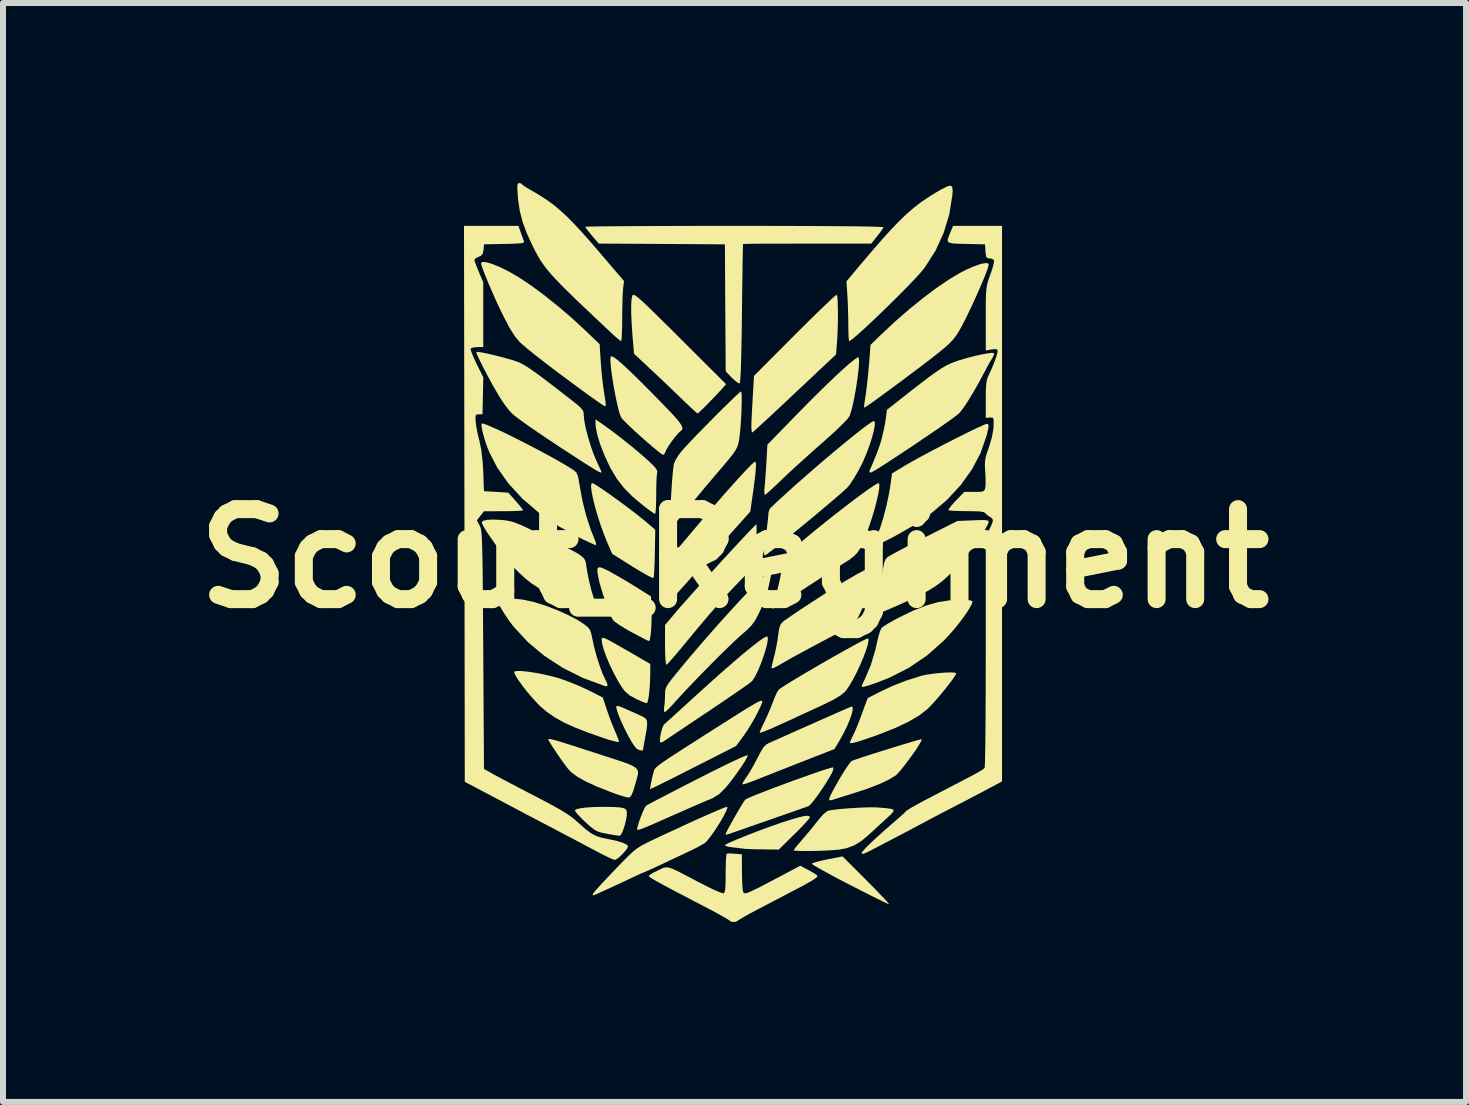
<source format=kicad_pcb>
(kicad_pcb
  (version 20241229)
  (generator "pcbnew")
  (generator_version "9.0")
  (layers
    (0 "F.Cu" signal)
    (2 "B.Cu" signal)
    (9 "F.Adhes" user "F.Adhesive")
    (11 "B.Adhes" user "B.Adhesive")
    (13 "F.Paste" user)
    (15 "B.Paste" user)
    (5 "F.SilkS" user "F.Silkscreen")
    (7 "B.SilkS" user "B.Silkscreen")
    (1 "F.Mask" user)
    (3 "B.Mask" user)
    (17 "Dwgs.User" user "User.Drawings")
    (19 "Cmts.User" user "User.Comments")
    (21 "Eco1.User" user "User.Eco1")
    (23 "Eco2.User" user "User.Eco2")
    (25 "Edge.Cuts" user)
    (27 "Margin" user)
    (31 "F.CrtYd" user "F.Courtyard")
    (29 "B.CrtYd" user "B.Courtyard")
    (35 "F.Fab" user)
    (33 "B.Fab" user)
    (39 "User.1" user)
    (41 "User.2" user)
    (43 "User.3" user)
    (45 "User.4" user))
  (footprint "Scout_Regiment"
    (layer "F.Cu")
    (at 9.193 6.258)
    (property "Reference" "Scout_Regiment" (at 0 0 0) (layer "F.SilkS") (effects (font (size 1.5 1.5) (thickness 0.3))))
    (attr board_only exclude_from_pos_files exclude_from_bom)
    (fp_poly (pts (xy 2.2 5.366) (xy 2.312 5.479) (xy 2.41 5.58) (xy 2.489 5.663) (xy 2.545 5.724) (xy 2.573 5.759) (xy 2.574 5.764) (xy 2.547 5.753) (xy 2.482 5.722) (xy 2.384 5.674) (xy 2.259 5.612) (xy 2.114 5.539) (xy 1.954 5.457) (xy 1.916 5.438) (xy 1.755 5.354) (xy 1.609 5.276) (xy 1.484 5.208) (xy 1.386 5.153) (xy 1.319 5.113) (xy 1.29 5.091) (xy 1.289 5.089) (xy 1.315 5.074) (xy 1.379 5.055) (xy 1.47 5.032) (xy 1.549 5.016) (xy 1.801 4.967)) (stroke (width 0) (type solid)) (fill yes) (layer "F.SilkS"))
    (fp_poly (pts (xy -2.17 1.328) (xy -2.128 1.346) (xy -2.064 1.38) (xy -1.972 1.431) (xy -1.847 1.503) (xy -1.706 1.584) (xy -1.404 1.759) (xy -1.404 1.898) (xy -1.407 2.029) (xy -1.414 2.154) (xy -1.425 2.264) (xy -1.438 2.35) (xy -1.453 2.402) (xy -1.463 2.413) (xy -1.498 2.403) (xy -1.563 2.377) (xy -1.641 2.342) (xy -1.751 2.281) (xy -1.83 2.211) (xy -1.867 2.163) (xy -1.939 2.049) (xy -2.009 1.919) (xy -2.076 1.782) (xy -2.133 1.647) (xy -2.178 1.525) (xy -2.206 1.423) (xy -2.214 1.353) (xy -2.213 1.342) (xy -2.208 1.329) (xy -2.195 1.323)) (stroke (width 0) (type solid)) (fill yes) (layer "F.SilkS"))
    (fp_poly (pts (xy -1.933 2.462) (xy -1.887 2.478) (xy -1.815 2.508) (xy -1.71 2.555) (xy -1.571 2.617) (xy -1.515 2.644) (xy -1.478 2.671) (xy -1.459 2.709) (xy -1.456 2.765) (xy -1.465 2.851) (xy -1.487 2.974) (xy -1.49 2.993) (xy -1.507 3.085) (xy -1.519 3.156) (xy -1.526 3.193) (xy -1.527 3.197) (xy -1.547 3.204) (xy -1.589 3.194) (xy -1.63 3.172) (xy -1.63 3.172) (xy -1.671 3.125) (xy -1.723 3.043) (xy -1.781 2.939) (xy -1.84 2.822) (xy -1.894 2.705) (xy -1.937 2.6) (xy -1.964 2.516) (xy -1.971 2.476) (xy -1.969 2.463) (xy -1.958 2.458)) (stroke (width 0) (type solid)) (fill yes) (layer "F.SilkS"))
    (fp_poly (pts (xy 1.253 4.303) (xy 1.256 4.315) (xy 1.24 4.341) (xy 1.194 4.395) (xy 1.125 4.469) (xy 1.039 4.557) (xy 0.997 4.598) (xy 0.738 4.853) (xy 0.474 4.85) (xy 0.36 4.848) (xy 0.26 4.845) (xy 0.188 4.842) (xy 0.16 4.839) (xy 0.109 4.832) (xy 0.029 4.823) (xy -0.031 4.816) (xy -0.105 4.805) (xy -0.151 4.791) (xy -0.161 4.78) (xy -0.132 4.761) (xy -0.063 4.728) (xy 0.036 4.685) (xy 0.159 4.635) (xy 0.299 4.58) (xy 0.447 4.523) (xy 0.596 4.469) (xy 0.739 4.419) (xy 0.797 4.399) (xy 0.963 4.346) (xy 1.087 4.311) (xy 1.174 4.292) (xy 1.228 4.29)) (stroke (width 0) (type solid)) (fill yes) (layer "F.SilkS"))
    (fp_poly (pts (xy -2.34 -1.242) (xy -2.275 -1.202) (xy -2.185 -1.142) (xy -2.076 -1.066) (xy -1.956 -0.979) (xy -1.83 -0.887) (xy -1.707 -0.794) (xy -1.592 -0.705) (xy -1.492 -0.624) (xy -1.43 -0.572) (xy -1.321 -0.477) (xy -1.328 -0.084) (xy -1.331 0.05) (xy -1.336 0.167) (xy -1.341 0.258) (xy -1.348 0.313) (xy -1.352 0.326) (xy -1.377 0.32) (xy -1.437 0.291) (xy -1.523 0.243) (xy -1.629 0.18) (xy -1.704 0.134) (xy -2.039 -0.077) (xy -2.116 -0.254) (xy -2.175 -0.4) (xy -2.231 -0.554) (xy -2.281 -0.708) (xy -2.324 -0.855) (xy -2.357 -0.989) (xy -2.38 -1.103) (xy -2.391 -1.19) (xy -2.387 -1.243) (xy -2.373 -1.256)) (stroke (width 0) (type solid)) (fill yes) (layer "F.SilkS"))
    (fp_poly (pts (xy -2.134 4.141) (xy -1.996 4.144) (xy -1.9 4.151) (xy -1.84 4.165) (xy -1.806 4.188) (xy -1.794 4.224) (xy -1.795 4.275) (xy -1.795 4.275) (xy -1.807 4.356) (xy -1.829 4.445) (xy -1.856 4.528) (xy -1.884 4.591) (xy -1.908 4.621) (xy -1.909 4.621) (xy -1.944 4.619) (xy -2.013 4.61) (xy -2.103 4.594) (xy -2.124 4.59) (xy -2.216 4.571) (xy -2.283 4.55) (xy -2.34 4.519) (xy -2.403 4.469) (xy -2.487 4.394) (xy -2.488 4.393) (xy -2.562 4.321) (xy -2.621 4.258) (xy -2.655 4.215) (xy -2.661 4.202) (xy -2.637 4.181) (xy -2.57 4.164) (xy -2.465 4.151) (xy -2.327 4.143) (xy -2.162 4.141)) (stroke (width 0) (type solid)) (fill yes) (layer "F.SilkS"))
    (fp_poly (pts (xy -2.215 0.154) (xy -2.133 0.192) (xy -2.063 0.229) (xy -1.951 0.292) (xy -1.818 0.369) (xy -1.686 0.449) (xy -1.626 0.486) (xy -1.392 0.634) (xy -1.384 0.853) (xy -1.382 0.975) (xy -1.385 1.096) (xy -1.391 1.207) (xy -1.401 1.297) (xy -1.412 1.358) (xy -1.425 1.378) (xy -1.452 1.367) (xy -1.513 1.336) (xy -1.6 1.291) (xy -1.703 1.236) (xy -1.712 1.232) (xy -1.82 1.171) (xy -1.915 1.112) (xy -1.986 1.063) (xy -2.023 1.03) (xy -2.023 1.03) (xy -2.052 0.976) (xy -2.09 0.887) (xy -2.133 0.774) (xy -2.176 0.648) (xy -2.216 0.523) (xy -2.249 0.408) (xy -2.266 0.337) (xy -2.284 0.236) (xy -2.285 0.173) (xy -2.264 0.147)) (stroke (width 0) (type solid)) (fill yes) (layer "F.SilkS"))
    (fp_poly (pts (xy -2.15 -2.202) (xy -2.016 -2.104) (xy -1.864 -1.987) (xy -1.707 -1.861) (xy -1.559 -1.737) (xy -1.435 -1.627) (xy -1.408 -1.602) (xy -1.337 -1.532) (xy -1.299 -1.482) (xy -1.287 -1.443) (xy -1.29 -1.423) (xy -1.296 -1.377) (xy -1.301 -1.295) (xy -1.304 -1.185) (xy -1.305 -1.062) (xy -1.305 -1.053) (xy -1.307 -0.935) (xy -1.311 -0.838) (xy -1.316 -0.77) (xy -1.323 -0.741) (xy -1.324 -0.741) (xy -1.351 -0.756) (xy -1.406 -0.794) (xy -1.48 -0.849) (xy -1.515 -0.876) (xy -1.697 -1.028) (xy -1.843 -1.175) (xy -1.962 -1.329) (xy -2.066 -1.503) (xy -2.093 -1.557) (xy -2.174 -1.735) (xy -2.24 -1.905) (xy -2.287 -2.059) (xy -2.312 -2.186) (xy -2.316 -2.237) (xy -2.316 -2.318)) (stroke (width 0) (type solid)) (fill yes) (layer "F.SilkS"))
    (fp_poly (pts (xy 1.713 -4.366) (xy 1.719 -4.297) (xy 1.722 -4.197) (xy 1.724 -4.076) (xy 1.723 -3.942) (xy 1.719 -3.806) (xy 1.713 -3.675) (xy 1.708 -3.604) (xy 1.693 -3.401) (xy 1.005 -2.754) (xy 0.851 -2.609) (xy 0.708 -2.475) (xy 0.58 -2.356) (xy 0.47 -2.255) (xy 0.384 -2.176) (xy 0.325 -2.123) (xy 0.296 -2.099) (xy 0.295 -2.098) (xy 0.286 -2.118) (xy 0.281 -2.179) (xy 0.282 -2.274) (xy 0.285 -2.332) (xy 0.292 -2.474) (xy 0.301 -2.634) (xy 0.309 -2.78) (xy 0.311 -2.809) (xy 0.325 -3.043) (xy 1.004 -3.725) (xy 1.155 -3.875) (xy 1.295 -4.013) (xy 1.42 -4.136) (xy 1.528 -4.239) (xy 1.613 -4.319) (xy 1.672 -4.372) (xy 1.702 -4.394) (xy 1.704 -4.395)) (stroke (width 0) (type solid)) (fill yes) (layer "F.SilkS"))
    (fp_poly (pts (xy -3.745 0.667) (xy -3.637 0.674) (xy -3.53 0.687) (xy -3.509 0.69) (xy -3.342 0.727) (xy -3.154 0.786) (xy -2.96 0.86) (xy -2.774 0.943) (xy -2.609 1.03) (xy -2.499 1.102) (xy -2.444 1.147) (xy -2.41 1.191) (xy -2.388 1.252) (xy -2.369 1.341) (xy -2.337 1.487) (xy -2.295 1.643) (xy -2.246 1.794) (xy -2.197 1.925) (xy -2.155 2.014) (xy -2.121 2.086) (xy -2.117 2.124) (xy -2.144 2.131) (xy -2.168 2.125) (xy -2.525 1.993) (xy -2.861 1.825) (xy -3.168 1.625) (xy -3.443 1.396) (xy -3.678 1.142) (xy -3.693 1.124) (xy -3.765 1.028) (xy -3.832 0.928) (xy -3.889 0.835) (xy -3.93 0.757) (xy -3.951 0.702) (xy -3.95 0.682) (xy -3.914 0.671) (xy -3.841 0.666)) (stroke (width 0) (type solid)) (fill yes) (layer "F.SilkS"))
    (fp_poly (pts (xy 0.355 -1.594) (xy 0.358 -1.549) (xy 0.354 -1.474) (xy 0.343 -1.363) (xy 0.324 -1.213) (xy 0.303 -1.061) (xy 0.263 -0.78) (xy -0.158 -0.311) (xy -0.288 -0.166) (xy -0.422 -0.017) (xy -0.551 0.127) (xy -0.667 0.257) (xy -0.762 0.364) (xy -0.801 0.408) (xy -0.908 0.528) (xy -0.987 0.614) (xy -1.042 0.666) (xy -1.077 0.688) (xy -1.097 0.682) (xy -1.105 0.649) (xy -1.107 0.592) (xy -1.106 0.561) (xy -1.103 0.458) (xy -1.097 0.333) (xy -1.089 0.209) (xy -1.088 0.197) (xy -1.072 -0.012) (xy -0.875 -0.246) (xy -0.678 -0.48) (xy -0.492 -0.699) (xy -0.318 -0.901) (xy -0.159 -1.084) (xy -0.017 -1.244) (xy 0.105 -1.378) (xy 0.204 -1.485) (xy 0.279 -1.561) (xy 0.328 -1.605) (xy 0.345 -1.613)) (stroke (width 0) (type solid)) (fill yes) (layer "F.SilkS"))
    (fp_poly (pts (xy -1.659 -4.385) (xy -1.627 -4.363) (xy -1.583 -4.327) (xy -1.523 -4.273) (xy -1.444 -4.198) (xy -1.344 -4.101) (xy -1.219 -3.978) (xy -1.066 -3.828) (xy -0.884 -3.646) (xy -0.742 -3.504) (xy -0.141 -2.905) (xy -0.199 -2.838) (xy -0.254 -2.777) (xy -0.324 -2.703) (xy -0.4 -2.624) (xy -0.475 -2.547) (xy -0.542 -2.481) (xy -0.591 -2.435) (xy -0.615 -2.415) (xy -0.615 -2.415) (xy -0.637 -2.432) (xy -0.687 -2.477) (xy -0.759 -2.544) (xy -0.846 -2.627) (xy -0.888 -2.668) (xy -1.012 -2.787) (xy -1.154 -2.923) (xy -1.296 -3.057) (xy -1.412 -3.166) (xy -1.675 -3.412) (xy -1.7 -3.708) (xy -1.714 -3.912) (xy -1.722 -4.087) (xy -1.722 -4.226) (xy -1.716 -4.325) (xy -1.703 -4.381) (xy -1.701 -4.384) (xy -1.692 -4.393) (xy -1.679 -4.394)) (stroke (width 0) (type solid)) (fill yes) (layer "F.SilkS"))
    (fp_poly (pts (xy 3.866 0.692) (xy 3.934 0.7) (xy 3.964 0.713) (xy 3.966 0.721) (xy 3.951 0.77) (xy 3.908 0.847) (xy 3.843 0.944) (xy 3.763 1.053) (xy 3.673 1.166) (xy 3.579 1.274) (xy 3.489 1.369) (xy 3.21 1.617) (xy 2.91 1.821) (xy 2.584 1.987) (xy 2.373 2.07) (xy 2.259 2.109) (xy 2.184 2.132) (xy 2.141 2.142) (xy 2.122 2.138) (xy 2.119 2.13) (xy 2.129 2.103) (xy 2.155 2.046) (xy 2.177 2.001) (xy 2.271 1.779) (xy 2.348 1.524) (xy 2.377 1.392) (xy 2.4 1.295) (xy 2.426 1.213) (xy 2.449 1.162) (xy 2.453 1.156) (xy 2.489 1.129) (xy 2.558 1.086) (xy 2.65 1.034) (xy 2.729 0.991) (xy 2.974 0.872) (xy 3.194 0.785) (xy 3.397 0.728) (xy 3.595 0.697) (xy 3.754 0.69)) (stroke (width 0) (type solid)) (fill yes) (layer "F.SilkS"))
    (fp_poly (pts (xy -4.186 -2.246) (xy -4.12 -2.223) (xy -4.022 -2.181) (xy -3.9 -2.125) (xy -3.758 -2.057) (xy -3.602 -1.979) (xy -3.439 -1.896) (xy -3.275 -1.81) (xy -3.114 -1.724) (xy -2.964 -1.641) (xy -2.829 -1.563) (xy -2.719 -1.496) (xy -2.665 -1.46) (xy -2.632 -1.425) (xy -2.612 -1.377) (xy -2.596 -1.302) (xy -2.588 -1.252) (xy -2.536 -0.965) (xy -2.472 -0.711) (xy -2.393 -0.471) (xy -2.33 -0.314) (xy -2.31 -0.257) (xy -2.308 -0.225) (xy -2.312 -0.222) (xy -2.341 -0.232) (xy -2.404 -0.26) (xy -2.492 -0.301) (xy -2.577 -0.342) (xy -2.936 -0.539) (xy -3.255 -0.756) (xy -3.532 -0.993) (xy -3.767 -1.247) (xy -3.957 -1.517) (xy -4.089 -1.774) (xy -4.128 -1.875) (xy -4.164 -1.982) (xy -4.193 -2.085) (xy -4.212 -2.171) (xy -4.219 -2.23) (xy -4.214 -2.249)) (stroke (width 0) (type solid)) (fill yes) (layer "F.SilkS"))
    (fp_poly (pts (xy -3.554 1.877) (xy -3.449 1.887) (xy -3.324 1.906) (xy -3.19 1.931) (xy -3.055 1.962) (xy -2.93 1.996) (xy -2.897 2.007) (xy -2.759 2.057) (xy -2.606 2.119) (xy -2.465 2.182) (xy -2.422 2.203) (xy -2.196 2.318) (xy -2.129 2.52) (xy -2.087 2.639) (xy -2.039 2.765) (xy -1.995 2.872) (xy -1.991 2.88) (xy -1.957 2.961) (xy -1.934 3.025) (xy -1.927 3.057) (xy -1.927 3.058) (xy -1.952 3.059) (xy -2.013 3.045) (xy -2.101 3.021) (xy -2.186 2.993) (xy -2.445 2.902) (xy -2.662 2.817) (xy -2.844 2.734) (xy -2.996 2.649) (xy -3.125 2.56) (xy -3.238 2.464) (xy -3.28 2.422) (xy -3.372 2.322) (xy -3.461 2.218) (xy -3.54 2.116) (xy -3.605 2.025) (xy -3.651 1.951) (xy -3.672 1.902) (xy -3.67 1.887) (xy -3.631 1.876)) (stroke (width 0) (type solid)) (fill yes) (layer "F.SilkS"))
    (fp_poly (pts (xy 3.114 3.04) (xy 3.083 3.096) (xy 3.034 3.174) (xy 2.971 3.265) (xy 2.901 3.361) (xy 2.831 3.453) (xy 2.766 3.534) (xy 2.712 3.594) (xy 2.682 3.621) (xy 2.563 3.692) (xy 2.398 3.768) (xy 2.19 3.847) (xy 1.946 3.926) (xy 1.832 3.961) (xy 1.732 3.992) (xy 1.657 4.016) (xy 1.62 4.029) (xy 1.583 4.031) (xy 1.577 4.015) (xy 1.589 3.974) (xy 1.623 3.903) (xy 1.672 3.812) (xy 1.73 3.709) (xy 1.792 3.605) (xy 1.852 3.51) (xy 1.904 3.434) (xy 1.943 3.385) (xy 1.957 3.374) (xy 2.011 3.354) (xy 2.099 3.324) (xy 2.212 3.287) (xy 2.343 3.245) (xy 2.485 3.201) (xy 2.629 3.156) (xy 2.768 3.113) (xy 2.894 3.075) (xy 2.999 3.044) (xy 3.075 3.023) (xy 3.116 3.013) (xy 3.12 3.013)) (stroke (width 0) (type solid)) (fill yes) (layer "F.SilkS"))
    (fp_poly (pts (xy -3.056 3.014) (xy -3.006 3.026) (xy -2.932 3.047) (xy -2.828 3.079) (xy -2.692 3.122) (xy -2.517 3.179) (xy -2.325 3.241) (xy -2.117 3.308) (xy -1.952 3.362) (xy -1.824 3.405) (xy -1.73 3.442) (xy -1.666 3.476) (xy -1.627 3.51) (xy -1.609 3.548) (xy -1.609 3.593) (xy -1.621 3.648) (xy -1.641 3.717) (xy -1.66 3.782) (xy -1.691 3.884) (xy -1.718 3.947) (xy -1.743 3.977) (xy -1.763 3.985) (xy -1.805 3.979) (xy -1.88 3.958) (xy -1.979 3.925) (xy -2.069 3.892) (xy -2.296 3.802) (xy -2.477 3.719) (xy -2.616 3.641) (xy -2.718 3.567) (xy -2.771 3.512) (xy -2.815 3.455) (xy -2.872 3.377) (xy -2.933 3.288) (xy -2.994 3.198) (xy -3.047 3.117) (xy -3.086 3.055) (xy -3.104 3.021) (xy -3.104 3.019) (xy -3.1 3.011) (xy -3.086 3.009)) (stroke (width 0) (type solid)) (fill yes) (layer "F.SilkS"))
    (fp_poly (pts (xy 2.402 4.152) (xy 2.529 4.163) (xy 2.611 4.174) (xy 2.65 4.189) (xy 2.65 4.216) (xy 2.615 4.258) (xy 2.548 4.321) (xy 2.524 4.343) (xy 2.432 4.428) (xy 2.338 4.514) (xy 2.259 4.587) (xy 2.244 4.601) (xy 2.113 4.711) (xy 1.99 4.785) (xy 1.86 4.832) (xy 1.744 4.853) (xy 1.66 4.861) (xy 1.553 4.868) (xy 1.433 4.873) (xy 1.311 4.876) (xy 1.195 4.877) (xy 1.096 4.876) (xy 1.024 4.873) (xy 0.988 4.867) (xy 0.985 4.865) (xy 1.001 4.841) (xy 1.041 4.79) (xy 1.101 4.72) (xy 1.14 4.674) (xy 1.224 4.575) (xy 1.311 4.47) (xy 1.384 4.377) (xy 1.401 4.356) (xy 1.48 4.264) (xy 1.547 4.211) (xy 1.572 4.202) (xy 1.664 4.188) (xy 1.79 4.174) (xy 1.936 4.163) (xy 2.087 4.154) (xy 2.229 4.149) (xy 2.346 4.149)) (stroke (width 0) (type solid)) (fill yes) (layer "F.SilkS"))
    (fp_poly (pts (xy 4.225 -2.238) (xy 4.235 -2.219) (xy 4.231 -2.176) (xy 4.215 -2.1) (xy 4.198 -2.036) (xy 4.101 -1.756) (xy 3.957 -1.483) (xy 3.77 -1.223) (xy 3.543 -0.977) (xy 3.277 -0.751) (xy 3.104 -0.628) (xy 2.984 -0.551) (xy 2.856 -0.475) (xy 2.728 -0.402) (xy 2.606 -0.336) (xy 2.497 -0.281) (xy 2.408 -0.24) (xy 2.346 -0.217) (xy 2.317 -0.216) (xy 2.316 -0.219) (xy 2.325 -0.251) (xy 2.349 -0.314) (xy 2.376 -0.376) (xy 2.429 -0.514) (xy 2.482 -0.684) (xy 2.531 -0.872) (xy 2.571 -1.06) (xy 2.595 -1.198) (xy 2.626 -1.417) (xy 2.859 -1.558) (xy 2.946 -1.608) (xy 3.059 -1.671) (xy 3.193 -1.743) (xy 3.34 -1.821) (xy 3.494 -1.901) (xy 3.648 -1.98) (xy 3.796 -2.054) (xy 3.93 -2.121) (xy 4.045 -2.176) (xy 4.133 -2.216) (xy 4.188 -2.239) (xy 4.202 -2.242)) (stroke (width 0) (type solid)) (fill yes) (layer "F.SilkS"))
    (fp_poly (pts (xy 3.63 -6.191) (xy 3.636 -6.128) (xy 3.632 -6.062) (xy 3.581 -5.739) (xy 3.486 -5.426) (xy 3.351 -5.13) (xy 3.179 -4.861) (xy 3.133 -4.801) (xy 3.073 -4.732) (xy 2.989 -4.641) (xy 2.886 -4.534) (xy 2.769 -4.415) (xy 2.643 -4.29) (xy 2.513 -4.162) (xy 2.384 -4.037) (xy 2.26 -3.92) (xy 2.148 -3.816) (xy 2.052 -3.73) (xy 1.977 -3.666) (xy 1.928 -3.629) (xy 1.913 -3.622) (xy 1.906 -3.644) (xy 1.901 -3.707) (xy 1.898 -3.798) (xy 1.897 -3.886) (xy 1.895 -4.03) (xy 1.891 -4.188) (xy 1.884 -4.334) (xy 1.881 -4.385) (xy 1.866 -4.619) (xy 2.083 -4.878) (xy 2.281 -5.111) (xy 2.453 -5.309) (xy 2.605 -5.477) (xy 2.742 -5.62) (xy 2.868 -5.741) (xy 2.988 -5.845) (xy 3.107 -5.937) (xy 3.231 -6.021) (xy 3.362 -6.102) (xy 3.459 -6.157) (xy 3.547 -6.201) (xy 3.602 -6.214)) (stroke (width 0) (type solid)) (fill yes) (layer "F.SilkS"))
    (fp_poly (pts (xy 0.462 2.376) (xy 0.46 2.405) (xy 0.435 2.466) (xy 0.394 2.551) (xy 0.342 2.651) (xy 0.282 2.756) (xy 0.22 2.857) (xy 0.16 2.945) (xy 0.149 2.961) (xy 0.027 3.126) (xy -0.619 3.454) (xy -0.787 3.539) (xy -0.943 3.618) (xy -1.082 3.688) (xy -1.198 3.745) (xy -1.283 3.788) (xy -1.332 3.811) (xy -1.338 3.814) (xy -1.41 3.846) (xy -1.393 3.752) (xy -1.374 3.66) (xy -1.35 3.568) (xy -1.35 3.567) (xy -1.344 3.546) (xy -1.338 3.527) (xy -1.327 3.508) (xy -1.31 3.487) (xy -1.282 3.462) (xy -1.239 3.429) (xy -1.179 3.386) (xy -1.098 3.331) (xy -0.992 3.262) (xy -0.858 3.175) (xy -0.692 3.069) (xy -0.492 2.941) (xy -0.283 2.808) (xy -0.087 2.684) (xy 0.071 2.584) (xy 0.195 2.506) (xy 0.291 2.449) (xy 0.36 2.409) (xy 0.409 2.385) (xy 0.44 2.373) (xy 0.458 2.373)) (stroke (width 0) (type solid)) (fill yes) (layer "F.SilkS"))
    (fp_poly (pts (xy -2.001 -3.347) (xy -1.941 -3.301) (xy -1.857 -3.227) (xy -1.747 -3.125) (xy -1.61 -2.992) (xy -1.443 -2.825) (xy -1.361 -2.742) (xy -1.207 -2.585) (xy -1.085 -2.459) (xy -0.993 -2.359) (xy -0.928 -2.283) (xy -0.888 -2.225) (xy -0.869 -2.184) (xy -0.869 -2.154) (xy -0.885 -2.133) (xy -0.895 -2.126) (xy -0.936 -2.089) (xy -0.992 -2.024) (xy -1.051 -1.946) (xy -1.104 -1.868) (xy -1.14 -1.805) (xy -1.148 -1.784) (xy -1.17 -1.739) (xy -1.191 -1.726) (xy -1.218 -1.742) (xy -1.275 -1.786) (xy -1.355 -1.852) (xy -1.453 -1.935) (xy -1.54 -2.011) (xy -1.647 -2.108) (xy -1.743 -2.198) (xy -1.82 -2.273) (xy -1.872 -2.328) (xy -1.891 -2.353) (xy -1.914 -2.413) (xy -1.94 -2.506) (xy -1.967 -2.624) (xy -1.994 -2.757) (xy -2.019 -2.896) (xy -2.04 -3.033) (xy -2.057 -3.157) (xy -2.067 -3.26) (xy -2.069 -3.333) (xy -2.061 -3.367) (xy -2.041 -3.368)) (stroke (width 0) (type solid)) (fill yes) (layer "F.SilkS"))
    (fp_poly (pts (xy 0.367 -0.544) (xy 0.368 -0.483) (xy 0.365 -0.395) (xy 0.358 -0.291) (xy 0.349 -0.182) (xy 0.338 -0.078) (xy 0.325 0.01) (xy 0.319 0.046) (xy 0.302 0.108) (xy 0.275 0.163) (xy 0.23 0.224) (xy 0.162 0.301) (xy 0.102 0.362) (xy -0.069 0.54) (xy -0.246 0.733) (xy -0.434 0.95) (xy -0.641 1.195) (xy -0.798 1.386) (xy -0.895 1.503) (xy -0.982 1.606) (xy -1.054 1.689) (xy -1.106 1.747) (xy -1.134 1.773) (xy -1.136 1.774) (xy -1.144 1.751) (xy -1.151 1.687) (xy -1.156 1.593) (xy -1.158 1.476) (xy -1.158 1.442) (xy -1.158 1.11) (xy -0.975 0.893) (xy -0.914 0.821) (xy -0.83 0.726) (xy -0.728 0.611) (xy -0.612 0.482) (xy -0.487 0.344) (xy -0.357 0.201) (xy -0.226 0.057) (xy -0.098 -0.082) (xy 0.023 -0.213) (xy 0.131 -0.329) (xy 0.224 -0.428) (xy 0.296 -0.503) (xy 0.343 -0.551) (xy 0.361 -0.567)) (stroke (width 0) (type solid)) (fill yes) (layer "F.SilkS"))
    (fp_poly (pts (xy 2.076 -3.309) (xy 2.074 -3.227) (xy 2.064 -3.117) (xy 2.048 -2.988) (xy 2.027 -2.848) (xy 2.002 -2.709) (xy 1.976 -2.578) (xy 1.948 -2.467) (xy 1.922 -2.384) (xy 1.917 -2.371) (xy 1.887 -2.33) (xy 1.824 -2.262) (xy 1.732 -2.171) (xy 1.615 -2.063) (xy 1.479 -1.941) (xy 1.466 -1.93) (xy 1.324 -1.805) (xy 1.175 -1.671) (xy 1.03 -1.54) (xy 0.9 -1.42) (xy 0.795 -1.321) (xy 0.786 -1.312) (xy 0.693 -1.223) (xy 0.612 -1.148) (xy 0.55 -1.092) (xy 0.513 -1.063) (xy 0.506 -1.059) (xy 0.498 -1.081) (xy 0.497 -1.138) (xy 0.501 -1.189) (xy 0.509 -1.267) (xy 0.517 -1.378) (xy 0.526 -1.506) (xy 0.532 -1.607) (xy 0.548 -1.896) (xy 1.031 -2.393) (xy 1.214 -2.579) (xy 1.387 -2.752) (xy 1.547 -2.908) (xy 1.692 -3.046) (xy 1.817 -3.162) (xy 1.921 -3.253) (xy 2 -3.316) (xy 2.05 -3.349) (xy 2.069 -3.351)) (stroke (width 0) (type solid)) (fill yes) (layer "F.SilkS"))
    (fp_poly (pts (xy 3.665 1.903) (xy 3.695 1.913) (xy 3.695 1.916) (xy 3.68 1.95) (xy 3.638 2.012) (xy 3.577 2.094) (xy 3.502 2.189) (xy 3.421 2.287) (xy 3.34 2.38) (xy 3.265 2.461) (xy 3.218 2.509) (xy 3.083 2.614) (xy 2.902 2.721) (xy 2.675 2.828) (xy 2.405 2.935) (xy 2.281 2.979) (xy 2.137 3.028) (xy 2.033 3.06) (xy 1.966 3.076) (xy 1.931 3.078) (xy 1.922 3.069) (xy 1.932 3.043) (xy 1.958 2.987) (xy 1.983 2.936) (xy 2.019 2.858) (xy 2.063 2.751) (xy 2.108 2.632) (xy 2.129 2.575) (xy 2.165 2.475) (xy 2.195 2.394) (xy 2.215 2.342) (xy 2.221 2.329) (xy 2.246 2.315) (xy 2.304 2.285) (xy 2.387 2.243) (xy 2.453 2.21) (xy 2.65 2.118) (xy 2.851 2.04) (xy 3.077 1.968) (xy 3.116 1.956) (xy 3.197 1.938) (xy 3.297 1.923) (xy 3.405 1.911) (xy 3.509 1.903) (xy 3.6 1.9)) (stroke (width 0) (type solid)) (fill yes) (layer "F.SilkS"))
    (fp_poly (pts (xy 0.222 3.282) (xy 0.207 3.32) (xy 0.169 3.388) (xy 0.112 3.475) (xy 0.042 3.575) (xy -0.033 3.677) (xy -0.107 3.772) (xy -0.152 3.825) (xy -0.253 3.926) (xy -0.359 3.993) (xy -0.398 4.01) (xy -0.46 4.035) (xy -0.558 4.077) (xy -0.683 4.131) (xy -0.827 4.194) (xy -0.981 4.262) (xy -1.033 4.285) (xy -1.214 4.365) (xy -1.354 4.427) (xy -1.459 4.472) (xy -1.534 4.502) (xy -1.583 4.519) (xy -1.611 4.524) (xy -1.623 4.518) (xy -1.624 4.504) (xy -1.619 4.483) (xy -1.616 4.473) (xy -1.591 4.387) (xy -1.557 4.294) (xy -1.522 4.209) (xy -1.49 4.145) (xy -1.471 4.12) (xy -1.443 4.104) (xy -1.376 4.068) (xy -1.275 4.015) (xy -1.145 3.947) (xy -0.992 3.868) (xy -0.819 3.779) (xy -0.633 3.684) (xy -0.61 3.672) (xy -0.383 3.557) (xy -0.189 3.461) (xy -0.031 3.385) (xy 0.091 3.328) (xy 0.174 3.293) (xy 0.216 3.28)) (stroke (width 0) (type solid)) (fill yes) (layer "F.SilkS"))
    (fp_poly (pts (xy 0.548 1.301) (xy 0.556 1.34) (xy 0.546 1.413) (xy 0.522 1.512) (xy 0.486 1.625) (xy 0.444 1.743) (xy 0.397 1.857) (xy 0.349 1.956) (xy 0.303 2.031) (xy 0.291 2.046) (xy 0.263 2.069) (xy 0.2 2.115) (xy 0.105 2.182) (xy -0.016 2.265) (xy -0.158 2.362) (xy -0.315 2.468) (xy -0.439 2.552) (xy -0.606 2.663) (xy -0.761 2.767) (xy -0.9 2.86) (xy -1.016 2.938) (xy -1.106 2.998) (xy -1.163 3.037) (xy -1.182 3.05) (xy -1.222 3.068) (xy -1.24 3.062) (xy -1.244 3.023) (xy -1.236 2.955) (xy -1.219 2.879) (xy -1.198 2.811) (xy -1.177 2.771) (xy -1.176 2.77) (xy -1.15 2.746) (xy -1.093 2.694) (xy -1.01 2.619) (xy -0.907 2.525) (xy -0.789 2.418) (xy -0.702 2.338) (xy -0.455 2.114) (xy -0.231 1.914) (xy -0.032 1.74) (xy 0.14 1.593) (xy 0.284 1.475) (xy 0.399 1.385) (xy 0.483 1.327) (xy 0.533 1.301)) (stroke (width 0) (type solid)) (fill yes) (layer "F.SilkS"))
    (fp_poly (pts (xy 1.968 2.476) (xy 1.971 2.518) (xy 1.955 2.59) (xy 1.923 2.684) (xy 1.877 2.794) (xy 1.819 2.912) (xy 1.753 3.032) (xy 1.743 3.049) (xy 1.665 3.178) (xy 1.245 3.342) (xy 1.079 3.407) (xy 0.898 3.478) (xy 0.72 3.548) (xy 0.562 3.611) (xy 0.495 3.637) (xy 0.354 3.693) (xy 0.252 3.732) (xy 0.185 3.755) (xy 0.147 3.765) (xy 0.132 3.762) (xy 0.133 3.748) (xy 0.138 3.739) (xy 0.162 3.701) (xy 0.202 3.64) (xy 0.224 3.608) (xy 0.267 3.538) (xy 0.322 3.442) (xy 0.377 3.337) (xy 0.392 3.309) (xy 0.442 3.213) (xy 0.481 3.15) (xy 0.52 3.109) (xy 0.569 3.079) (xy 0.622 3.055) (xy 0.723 3.011) (xy 0.832 2.962) (xy 0.875 2.943) (xy 0.93 2.918) (xy 1.019 2.878) (xy 1.133 2.828) (xy 1.264 2.77) (xy 1.402 2.708) (xy 1.541 2.647) (xy 1.672 2.589) (xy 1.786 2.539) (xy 1.875 2.5) (xy 1.932 2.475) (xy 1.944 2.47)) (stroke (width 0) (type solid)) (fill yes) (layer "F.SilkS"))
    (fp_poly (pts (xy 2.233 1.37) (xy 2.22 1.443) (xy 2.189 1.541) (xy 2.145 1.658) (xy 2.091 1.783) (xy 2.032 1.909) (xy 1.97 2.027) (xy 1.91 2.129) (xy 1.855 2.206) (xy 1.842 2.222) (xy 1.766 2.284) (xy 1.647 2.356) (xy 1.503 2.427) (xy 1.391 2.479) (xy 1.248 2.545) (xy 1.089 2.618) (xy 0.928 2.693) (xy 0.831 2.737) (xy 0.702 2.796) (xy 0.588 2.846) (xy 0.499 2.882) (xy 0.44 2.903) (xy 0.419 2.905) (xy 0.419 2.905) (xy 0.429 2.873) (xy 0.457 2.81) (xy 0.496 2.728) (xy 0.502 2.716) (xy 0.554 2.604) (xy 0.606 2.481) (xy 0.641 2.39) (xy 0.676 2.302) (xy 0.71 2.229) (xy 0.737 2.188) (xy 0.771 2.162) (xy 0.841 2.116) (xy 0.939 2.055) (xy 1.061 1.981) (xy 1.199 1.899) (xy 1.348 1.812) (xy 1.502 1.723) (xy 1.656 1.635) (xy 1.803 1.552) (xy 1.937 1.478) (xy 2.052 1.415) (xy 2.143 1.368) (xy 2.203 1.339) (xy 2.227 1.332)) (stroke (width 0) (type solid)) (fill yes) (layer "F.SilkS"))
    (fp_poly (pts (xy 2.305 0.153) (xy 2.308 0.185) (xy 2.298 0.255) (xy 2.277 0.354) (xy 2.247 0.472) (xy 2.21 0.601) (xy 2.201 0.628) (xy 2.133 0.826) (xy 2.064 0.977) (xy 1.995 1.081) (xy 1.934 1.134) (xy 1.886 1.16) (xy 1.804 1.203) (xy 1.699 1.258) (xy 1.581 1.32) (xy 1.54 1.342) (xy 1.338 1.449) (xy 1.143 1.554) (xy 0.963 1.652) (xy 0.81 1.739) (xy 0.708 1.798) (xy 0.653 1.825) (xy 0.62 1.831) (xy 0.616 1.826) (xy 0.622 1.79) (xy 0.638 1.721) (xy 0.66 1.633) (xy 0.664 1.62) (xy 0.691 1.501) (xy 0.715 1.372) (xy 0.728 1.277) (xy 0.743 1.172) (xy 0.767 1.104) (xy 0.797 1.064) (xy 0.838 1.031) (xy 0.915 0.978) (xy 1.018 0.907) (xy 1.143 0.824) (xy 1.281 0.734) (xy 1.425 0.64) (xy 1.569 0.548) (xy 1.706 0.462) (xy 1.827 0.387) (xy 1.885 0.353) (xy 2.044 0.261) (xy 2.167 0.196) (xy 2.252 0.159) (xy 2.298 0.15)) (stroke (width 0) (type solid)) (fill yes) (layer "F.SilkS"))
    (fp_poly (pts (xy 2.414 -1.234) (xy 2.412 -1.173) (xy 2.398 -1.081) (xy 2.372 -0.965) (xy 2.338 -0.833) (xy 2.296 -0.692) (xy 2.249 -0.55) (xy 2.237 -0.517) (xy 2.18 -0.363) (xy 2.133 -0.246) (xy 2.09 -0.159) (xy 2.044 -0.091) (xy 1.989 -0.036) (xy 1.92 0.018) (xy 1.828 0.077) (xy 1.791 0.1) (xy 1.69 0.164) (xy 1.559 0.247) (xy 1.411 0.343) (xy 1.255 0.444) (xy 1.104 0.543) (xy 1.099 0.547) (xy 0.968 0.632) (xy 0.85 0.708) (xy 0.753 0.77) (xy 0.681 0.814) (xy 0.642 0.836) (xy 0.637 0.838) (xy 0.63 0.818) (xy 0.642 0.772) (xy 0.674 0.674) (xy 0.71 0.543) (xy 0.745 0.396) (xy 0.776 0.249) (xy 0.791 0.164) (xy 0.823 -0.029) (xy 1.046 -0.219) (xy 1.199 -0.348) (xy 1.36 -0.481) (xy 1.525 -0.614) (xy 1.689 -0.744) (xy 1.848 -0.867) (xy 1.996 -0.98) (xy 2.128 -1.078) (xy 2.24 -1.158) (xy 2.327 -1.217) (xy 2.384 -1.25) (xy 2.403 -1.256)) (stroke (width 0) (type solid)) (fill yes) (layer "F.SilkS"))
    (fp_poly (pts (xy -4.117 -4.933) (xy -4.019 -4.901) (xy -3.9 -4.851) (xy -3.767 -4.785) (xy -3.627 -4.705) (xy -3.597 -4.687) (xy -3.396 -4.553) (xy -3.175 -4.39) (xy -2.942 -4.204) (xy -2.708 -4.004) (xy -2.484 -3.797) (xy -2.461 -3.775) (xy -2.248 -3.571) (xy -2.231 -3.295) (xy -2.22 -3.152) (xy -2.205 -2.998) (xy -2.188 -2.858) (xy -2.179 -2.796) (xy -2.161 -2.682) (xy -2.15 -2.607) (xy -2.146 -2.564) (xy -2.147 -2.544) (xy -2.155 -2.538) (xy -2.162 -2.538) (xy -2.187 -2.552) (xy -2.245 -2.59) (xy -2.329 -2.649) (xy -2.432 -2.722) (xy -2.526 -2.79) (xy -2.758 -2.961) (xy -2.971 -3.12) (xy -3.159 -3.263) (xy -3.32 -3.388) (xy -3.45 -3.493) (xy -3.545 -3.574) (xy -3.582 -3.608) (xy -3.661 -3.703) (xy -3.749 -3.843) (xy -3.835 -4.005) (xy -3.904 -4.146) (xy -3.973 -4.293) (xy -4.039 -4.441) (xy -4.099 -4.581) (xy -4.151 -4.707) (xy -4.191 -4.811) (xy -4.217 -4.886) (xy -4.225 -4.926) (xy -4.224 -4.929) (xy -4.188 -4.943)) (stroke (width 0) (type solid)) (fill yes) (layer "F.SilkS"))
    (fp_poly (pts (xy 4.173 -0.639) (xy 4.217 -0.633) (xy 4.236 -0.621) (xy 4.237 -0.612) (xy 4.222 -0.567) (xy 4.181 -0.491) (xy 4.118 -0.392) (xy 4.04 -0.279) (xy 3.951 -0.158) (xy 3.858 -0.038) (xy 3.765 0.076) (xy 3.678 0.174) (xy 3.654 0.199) (xy 3.557 0.295) (xy 3.463 0.378) (xy 3.363 0.453) (xy 3.251 0.525) (xy 3.119 0.597) (xy 2.96 0.675) (xy 2.766 0.763) (xy 2.626 0.824) (xy 2.498 0.879) (xy 2.409 0.917) (xy 2.352 0.941) (xy 2.317 0.954) (xy 2.3 0.958) (xy 2.292 0.955) (xy 2.287 0.949) (xy 2.286 0.947) (xy 2.286 0.919) (xy 2.302 0.86) (xy 2.317 0.815) (xy 2.362 0.682) (xy 2.406 0.522) (xy 2.444 0.357) (xy 2.471 0.208) (xy 2.477 0.166) (xy 2.494 0.071) (xy 2.521 0.01) (xy 2.553 -0.023) (xy 2.591 -0.046) (xy 2.666 -0.088) (xy 2.772 -0.145) (xy 2.901 -0.213) (xy 3.048 -0.288) (xy 3.163 -0.346) (xy 3.714 -0.624) (xy 3.976 -0.635) (xy 4.095 -0.64)) (stroke (width 0) (type solid)) (fill yes) (layer "F.SilkS"))
    (fp_poly (pts (xy 4.23 -4.916) (xy 4.237 -4.9) (xy 4.227 -4.853) (xy 4.198 -4.771) (xy 4.154 -4.66) (xy 4.099 -4.53) (xy 4.036 -4.387) (xy 3.969 -4.239) (xy 3.901 -4.096) (xy 3.836 -3.964) (xy 3.777 -3.852) (xy 3.746 -3.796) (xy 3.695 -3.715) (xy 3.642 -3.646) (xy 3.576 -3.577) (xy 3.489 -3.5) (xy 3.376 -3.409) (xy 3.285 -3.337) (xy 3.172 -3.251) (xy 3.045 -3.154) (xy 2.908 -3.052) (xy 2.768 -2.947) (xy 2.63 -2.845) (xy 2.499 -2.749) (xy 2.383 -2.664) (xy 2.286 -2.594) (xy 2.213 -2.544) (xy 2.172 -2.517) (xy 2.165 -2.513) (xy 2.16 -2.535) (xy 2.165 -2.59) (xy 2.172 -2.63) (xy 2.187 -2.73) (xy 2.205 -2.868) (xy 2.223 -3.032) (xy 2.24 -3.211) (xy 2.253 -3.375) (xy 2.267 -3.56) (xy 2.471 -3.757) (xy 2.69 -3.961) (xy 2.915 -4.156) (xy 3.141 -4.339) (xy 3.359 -4.503) (xy 3.564 -4.643) (xy 3.748 -4.754) (xy 3.859 -4.811) (xy 3.997 -4.871) (xy 4.107 -4.909) (xy 4.186 -4.924)) (stroke (width 0) (type solid)) (fill yes) (layer "F.SilkS"))
    (fp_poly (pts (xy 0.605 0.234) (xy 0.608 0.277) (xy 0.603 0.314) (xy 0.566 0.479) (xy 0.509 0.662) (xy 0.44 0.842) (xy 0.4 0.928) (xy 0.341 1.039) (xy 0.277 1.124) (xy 0.194 1.206) (xy 0.15 1.243) (xy 0.08 1.304) (xy -0.017 1.395) (xy -0.135 1.508) (xy -0.268 1.639) (xy -0.408 1.78) (xy -0.55 1.924) (xy -0.687 2.066) (xy -0.813 2.198) (xy -0.921 2.315) (xy -0.983 2.384) (xy -1.053 2.46) (xy -1.112 2.52) (xy -1.153 2.556) (xy -1.165 2.562) (xy -1.177 2.541) (xy -1.174 2.488) (xy -1.173 2.485) (xy -1.164 2.414) (xy -1.159 2.322) (xy -1.158 2.277) (xy -1.157 2.225) (xy -1.151 2.182) (xy -1.135 2.14) (xy -1.105 2.09) (xy -1.056 2.023) (xy -0.983 1.932) (xy -0.92 1.855) (xy -0.778 1.684) (xy -0.627 1.506) (xy -0.471 1.326) (xy -0.314 1.147) (xy -0.158 0.973) (xy -0.008 0.808) (xy 0.133 0.655) (xy 0.262 0.52) (xy 0.374 0.405) (xy 0.466 0.315) (xy 0.534 0.253) (xy 0.576 0.224) (xy 0.583 0.222)) (stroke (width 0) (type solid)) (fill yes) (layer "F.SilkS"))
    (fp_poly (pts (xy 1.644 3.484) (xy 1.648 3.512) (xy 1.628 3.566) (xy 1.582 3.65) (xy 1.509 3.768) (xy 1.452 3.855) (xy 1.383 3.954) (xy 1.32 4.038) (xy 1.27 4.098) (xy 1.239 4.126) (xy 1.238 4.126) (xy 1.203 4.14) (xy 1.128 4.166) (xy 1.022 4.204) (xy 0.893 4.249) (xy 0.748 4.299) (xy 0.714 4.311) (xy 0.555 4.367) (xy 0.399 4.421) (xy 0.256 4.471) (xy 0.138 4.513) (xy 0.054 4.542) (xy 0.051 4.543) (xy -0.045 4.576) (xy -0.104 4.596) (xy -0.134 4.604) (xy -0.146 4.603) (xy -0.148 4.594) (xy -0.148 4.593) (xy -0.136 4.564) (xy -0.105 4.502) (xy -0.059 4.419) (xy -0.006 4.324) (xy 0.05 4.227) (xy 0.102 4.138) (xy 0.146 4.068) (xy 0.174 4.027) (xy 0.179 4.02) (xy 0.216 4.001) (xy 0.29 3.968) (xy 0.394 3.925) (xy 0.523 3.875) (xy 0.669 3.819) (xy 0.826 3.761) (xy 0.985 3.702) (xy 1.142 3.646) (xy 1.289 3.594) (xy 1.419 3.549) (xy 1.526 3.514) (xy 1.602 3.491) (xy 1.641 3.483)) (stroke (width 0) (type solid)) (fill yes) (layer "F.SilkS"))
    (fp_poly (pts (xy -3.896 -0.642) (xy -3.838 -0.637) (xy -3.778 -0.628) (xy -3.718 -0.615) (xy -3.651 -0.594) (xy -3.57 -0.561) (xy -3.468 -0.515) (xy -3.338 -0.451) (xy -3.171 -0.368) (xy -3.158 -0.362) (xy -2.971 -0.268) (xy -2.822 -0.193) (xy -2.708 -0.134) (xy -2.622 -0.087) (xy -2.562 -0.048) (xy -2.522 -0.014) (xy -2.497 0.018) (xy -2.483 0.053) (xy -2.475 0.093) (xy -2.468 0.144) (xy -2.464 0.171) (xy -2.431 0.345) (xy -2.386 0.53) (xy -2.334 0.704) (xy -2.302 0.795) (xy -2.278 0.863) (xy -2.268 0.907) (xy -2.28 0.929) (xy -2.318 0.928) (xy -2.388 0.906) (xy -2.494 0.863) (xy -2.574 0.828) (xy -2.802 0.729) (xy -2.991 0.641) (xy -3.147 0.562) (xy -3.277 0.486) (xy -3.39 0.411) (xy -3.491 0.331) (xy -3.587 0.242) (xy -3.649 0.18) (xy -3.727 0.093) (xy -3.814 -0.011) (xy -3.904 -0.126) (xy -3.992 -0.244) (xy -4.072 -0.358) (xy -4.139 -0.458) (xy -4.187 -0.539) (xy -4.211 -0.592) (xy -4.213 -0.602) (xy -4.19 -0.627) (xy -4.125 -0.643) (xy -4.025 -0.648)) (stroke (width 0) (type solid)) (fill yes) (layer "F.SilkS"))
    (fp_poly (pts (xy 2.339 -2.27) (xy 2.337 -2.211) (xy 2.321 -2.123) (xy 2.291 -2.013) (xy 2.252 -1.889) (xy 2.204 -1.76) (xy 2.151 -1.633) (xy 2.118 -1.564) (xy 2.057 -1.447) (xy 1.989 -1.333) (xy 1.925 -1.237) (xy 1.891 -1.193) (xy 1.855 -1.157) (xy 1.789 -1.097) (xy 1.697 -1.017) (xy 1.584 -0.921) (xy 1.457 -0.814) (xy 1.32 -0.699) (xy 1.178 -0.582) (xy 1.038 -0.467) (xy 0.903 -0.357) (xy 0.78 -0.258) (xy 0.673 -0.173) (xy 0.588 -0.107) (xy 0.53 -0.064) (xy 0.504 -0.049) (xy 0.494 -0.069) (xy 0.493 -0.08) (xy 0.496 -0.115) (xy 0.504 -0.189) (xy 0.516 -0.29) (xy 0.529 -0.406) (xy 0.543 -0.527) (xy 0.555 -0.633) (xy 0.563 -0.714) (xy 0.566 -0.756) (xy 0.581 -0.815) (xy 0.6 -0.842) (xy 0.724 -0.959) (xy 0.865 -1.088) (xy 1.019 -1.227) (xy 1.183 -1.371) (xy 1.35 -1.516) (xy 1.518 -1.66) (xy 1.681 -1.797) (xy 1.835 -1.925) (xy 1.976 -2.039) (xy 2.099 -2.137) (xy 2.2 -2.214) (xy 2.275 -2.266) (xy 2.318 -2.29) (xy 2.324 -2.291)) (stroke (width 0) (type solid)) (fill yes) (layer "F.SilkS"))
    (fp_poly (pts (xy -0.118 4.158) (xy -0.137 4.208) (xy -0.174 4.282) (xy -0.225 4.371) (xy -0.284 4.466) (xy -0.346 4.56) (xy -0.406 4.643) (xy -0.458 4.708) (xy -0.485 4.736) (xy -0.525 4.762) (xy -0.6 4.804) (xy -0.697 4.854) (xy -0.802 4.904) (xy -0.934 4.966) (xy -1.075 5.032) (xy -1.204 5.093) (xy -1.276 5.127) (xy -1.367 5.169) (xy -1.439 5.202) (xy -1.482 5.22) (xy -1.49 5.223) (xy -1.514 5.233) (xy -1.574 5.259) (xy -1.659 5.298) (xy -1.741 5.337) (xy -1.918 5.42) (xy -2.071 5.491) (xy -2.196 5.548) (xy -2.288 5.589) (xy -2.342 5.612) (xy -2.356 5.617) (xy -2.365 5.601) (xy -2.348 5.573) (xy -2.296 5.512) (xy -2.211 5.418) (xy -2.093 5.293) (xy -1.944 5.137) (xy -1.875 5.066) (xy -1.774 4.964) (xy -1.694 4.889) (xy -1.622 4.832) (xy -1.547 4.784) (xy -1.454 4.736) (xy -1.38 4.7) (xy -1.155 4.594) (xy -0.94 4.495) (xy -0.742 4.403) (xy -0.562 4.322) (xy -0.407 4.254) (xy -0.281 4.199) (xy -0.188 4.161) (xy -0.133 4.141) (xy -0.122 4.139)) (stroke (width 0) (type solid)) (fill yes) (layer "F.SilkS"))
    (fp_poly (pts (xy -3.551 -6.247) (xy -3.544 -6.238) (xy -3.519 -6.216) (xy -3.464 -6.18) (xy -3.389 -6.135) (xy -3.387 -6.135) (xy -3.254 -6.057) (xy -3.134 -5.979) (xy -3.019 -5.897) (xy -2.907 -5.803) (xy -2.79 -5.695) (xy -2.664 -5.567) (xy -2.522 -5.413) (xy -2.36 -5.23) (xy -2.219 -5.065) (xy -1.842 -4.624) (xy -1.857 -4.498) (xy -1.862 -4.429) (xy -1.867 -4.322) (xy -1.87 -4.191) (xy -1.872 -4.049) (xy -1.872 -3.997) (xy -1.873 -3.868) (xy -1.877 -3.757) (xy -1.881 -3.675) (xy -1.887 -3.629) (xy -1.891 -3.622) (xy -1.916 -3.638) (xy -1.967 -3.68) (xy -2.033 -3.739) (xy -2.046 -3.751) (xy -2.276 -3.968) (xy -2.473 -4.154) (xy -2.64 -4.313) (xy -2.781 -4.45) (xy -2.898 -4.567) (xy -2.994 -4.668) (xy -3.074 -4.756) (xy -3.14 -4.835) (xy -3.194 -4.909) (xy -3.242 -4.981) (xy -3.284 -5.053) (xy -3.326 -5.131) (xy -3.366 -5.211) (xy -3.464 -5.424) (xy -3.534 -5.614) (xy -3.58 -5.797) (xy -3.608 -5.987) (xy -3.612 -6.04) (xy -3.619 -6.145) (xy -3.62 -6.21) (xy -3.613 -6.244) (xy -3.598 -6.257) (xy -3.59 -6.258)) (stroke (width 0) (type solid)) (fill yes) (layer "F.SilkS"))
    (fp_poly (pts (xy 4.324 -3.423) (xy 4.325 -3.422) (xy 4.322 -3.388) (xy 4.296 -3.337) (xy 4.293 -3.332) (xy 4.258 -3.275) (xy 4.212 -3.193) (xy 4.165 -3.104) (xy 4.076 -2.937) (xy 3.986 -2.779) (xy 3.901 -2.638) (xy 3.824 -2.522) (xy 3.762 -2.44) (xy 3.741 -2.417) (xy 3.701 -2.384) (xy 3.629 -2.33) (xy 3.529 -2.259) (xy 3.408 -2.174) (xy 3.27 -2.08) (xy 3.123 -1.98) (xy 2.971 -1.877) (xy 2.82 -1.777) (xy 2.676 -1.682) (xy 2.546 -1.597) (xy 2.434 -1.525) (xy 2.346 -1.471) (xy 2.288 -1.438) (xy 2.268 -1.429) (xy 2.247 -1.446) (xy 2.25 -1.46) (xy 2.316 -1.614) (xy 2.365 -1.734) (xy 2.401 -1.831) (xy 2.43 -1.916) (xy 2.454 -2) (xy 2.459 -2.02) (xy 2.486 -2.133) (xy 2.509 -2.25) (xy 2.524 -2.341) (xy 2.54 -2.477) (xy 2.947 -2.797) (xy 3.116 -2.928) (xy 3.253 -3.032) (xy 3.365 -3.112) (xy 3.458 -3.174) (xy 3.54 -3.221) (xy 3.617 -3.257) (xy 3.695 -3.286) (xy 3.745 -3.303) (xy 3.871 -3.34) (xy 3.998 -3.373) (xy 4.116 -3.399) (xy 4.216 -3.418) (xy 4.288 -3.427)) (stroke (width 0) (type solid)) (fill yes) (layer "F.SilkS"))
    (fp_poly (pts (xy 0.116 -2.761) (xy 0.12 -2.698) (xy 0.12 -2.606) (xy 0.117 -2.492) (xy 0.112 -2.368) (xy 0.104 -2.241) (xy 0.094 -2.123) (xy 0.083 -2.021) (xy 0.073 -1.96) (xy 0.061 -1.904) (xy 0.044 -1.854) (xy 0.017 -1.803) (xy -0.024 -1.742) (xy -0.085 -1.665) (xy -0.17 -1.563) (xy -0.231 -1.492) (xy -0.347 -1.355) (xy -0.477 -1.202) (xy -0.605 -1.048) (xy -0.72 -0.911) (xy -0.75 -0.875) (xy -0.854 -0.748) (xy -0.931 -0.655) (xy -0.985 -0.591) (xy -1.021 -0.551) (xy -1.044 -0.53) (xy -1.056 -0.524) (xy -1.063 -0.529) (xy -1.068 -0.537) (xy -1.072 -0.57) (xy -1.073 -0.642) (xy -1.071 -0.746) (xy -1.066 -0.872) (xy -1.059 -1.01) (xy -1.05 -1.151) (xy -1.041 -1.287) (xy -1.031 -1.408) (xy -1.021 -1.505) (xy -1.011 -1.569) (xy -1.009 -1.581) (xy -0.98 -1.646) (xy -0.928 -1.728) (xy -0.87 -1.802) (xy -0.811 -1.867) (xy -0.73 -1.954) (xy -0.633 -2.055) (xy -0.524 -2.167) (xy -0.41 -2.283) (xy -0.295 -2.399) (xy -0.184 -2.509) (xy -0.084 -2.607) (xy 0.000245 -2.689) (xy 0.064 -2.748) (xy 0.101 -2.78) (xy 0.108 -2.784)) (stroke (width 0) (type solid)) (fill yes) (layer "F.SilkS"))
    (fp_poly (pts (xy -4.207 -3.432) (xy -4.114 -3.413) (xy -4.004 -3.387) (xy -3.887 -3.358) (xy -3.775 -3.327) (xy -3.676 -3.298) (xy -3.617 -3.277) (xy -3.567 -3.256) (xy -3.512 -3.227) (xy -3.445 -3.186) (xy -3.364 -3.131) (xy -3.262 -3.057) (xy -3.136 -2.963) (xy -2.981 -2.844) (xy -2.793 -2.698) (xy -2.763 -2.675) (xy -2.66 -2.594) (xy -2.59 -2.536) (xy -2.547 -2.492) (xy -2.523 -2.457) (xy -2.514 -2.423) (xy -2.513 -2.389) (xy -2.504 -2.295) (xy -2.479 -2.169) (xy -2.442 -2.025) (xy -2.397 -1.876) (xy -2.347 -1.736) (xy -2.306 -1.638) (xy -2.266 -1.551) (xy -2.235 -1.482) (xy -2.219 -1.443) (xy -2.217 -1.438) (xy -2.223 -1.431) (xy -2.243 -1.436) (xy -2.283 -1.456) (xy -2.346 -1.493) (xy -2.438 -1.55) (xy -2.563 -1.629) (xy -2.685 -1.709) (xy -2.909 -1.855) (xy -3.115 -1.991) (xy -3.297 -2.115) (xy -3.453 -2.222) (xy -3.577 -2.312) (xy -3.667 -2.38) (xy -3.705 -2.412) (xy -3.754 -2.465) (xy -3.816 -2.543) (xy -3.877 -2.631) (xy -3.881 -2.636) (xy -3.933 -2.721) (xy -3.995 -2.826) (xy -4.06 -2.942) (xy -4.125 -3.063) (xy -4.185 -3.179) (xy -4.238 -3.283) (xy -4.277 -3.366) (xy -4.3 -3.422) (xy -4.303 -3.441) (xy -4.273 -3.442)) (stroke (width 0) (type solid)) (fill yes) (layer "F.SilkS"))
    (fp_poly (pts (xy 0.45 -5.543) (xy 0.856 -5.542) (xy 1.218 -5.541) (xy 1.536 -5.539) (xy 1.81 -5.537) (xy 2.038 -5.535) (xy 2.22 -5.532) (xy 2.355 -5.529) (xy 2.443 -5.525) (xy 2.482 -5.521) (xy 2.484 -5.519) (xy 2.465 -5.488) (xy 2.425 -5.432) (xy 2.378 -5.371) (xy 2.28 -5.248) (xy 1.214 -5.248) (xy 0.99 -5.247) (xy 0.781 -5.247) (xy 0.594 -5.246) (xy 0.432 -5.246) (xy 0.301 -5.245) (xy 0.207 -5.243) (xy 0.153 -5.242) (xy 0.142 -5.241) (xy 0.141 -5.216) (xy 0.139 -5.147) (xy 0.137 -5.038) (xy 0.134 -4.894) (xy 0.132 -4.72) (xy 0.129 -4.521) (xy 0.126 -4.303) (xy 0.124 -4.079) (xy 0.12 -3.772) (xy 0.115 -3.511) (xy 0.11 -3.296) (xy 0.105 -3.129) (xy 0.098 -3.009) (xy 0.092 -2.938) (xy 0.085 -2.915) (xy 0.056 -2.927) (xy 0.005 -2.966) (xy -0.044 -3.012) (xy -0.147 -3.118) (xy -0.154 -4.177) (xy -0.16 -5.235) (xy -1.212 -5.242) (xy -2.263 -5.248) (xy -2.376 -5.38) (xy -2.431 -5.447) (xy -2.472 -5.5) (xy -2.488 -5.527) (xy -2.488 -5.527) (xy -2.464 -5.53) (xy -2.394 -5.532) (xy -2.281 -5.534) (xy -2.129 -5.536) (xy -1.941 -5.537) (xy -1.719 -5.539) (xy -1.469 -5.54) (xy -1.191 -5.541) (xy -0.891 -5.542) (xy -0.571 -5.543) (xy -0.235 -5.543) (xy 0.002 -5.543)) (stroke (width 0) (type solid)) (fill yes) (layer "F.SilkS"))
    (fp_poly (pts (xy -0.031 4.919) (xy 0.006 4.922) (xy 0.123 4.932) (xy 0.124 5.232) (xy 0.126 5.351) (xy 0.131 5.454) (xy 0.138 5.53) (xy 0.148 5.568) (xy 0.158 5.579) (xy 0.176 5.582) (xy 0.205 5.577) (xy 0.251 5.56) (xy 0.317 5.529) (xy 0.41 5.484) (xy 0.533 5.42) (xy 0.691 5.337) (xy 0.838 5.259) (xy 1.096 5.122) (xy 1.227 5.191) (xy 1.302 5.233) (xy 1.359 5.269) (xy 1.382 5.288) (xy 1.378 5.307) (xy 1.34 5.339) (xy 1.266 5.385) (xy 1.152 5.449) (xy 1.042 5.507) (xy 0.888 5.588) (xy 0.718 5.677) (xy 0.551 5.764) (xy 0.404 5.841) (xy 0.37 5.859) (xy 0.258 5.918) (xy 0.164 5.971) (xy 0.094 6.012) (xy 0.057 6.036) (xy 0.053 6.04) (xy 0.025 6.056) (xy -0.024 6.06) (xy -0.067 6.05) (xy -0.078 6.04) (xy -0.102 6.022) (xy -0.162 5.986) (xy -0.25 5.936) (xy -0.359 5.877) (xy -0.431 5.839) (xy -0.672 5.714) (xy -0.872 5.609) (xy -1.035 5.524) (xy -1.165 5.454) (xy -1.264 5.4) (xy -1.337 5.36) (xy -1.386 5.33) (xy -1.415 5.31) (xy -1.428 5.297) (xy -1.429 5.293) (xy -1.408 5.272) (xy -1.354 5.238) (xy -1.277 5.2) (xy -1.276 5.2) (xy -1.225 5.176) (xy -1.184 5.158) (xy -1.147 5.149) (xy -1.107 5.151) (xy -1.058 5.164) (xy -0.992 5.192) (xy -0.902 5.236) (xy -0.783 5.298) (xy -0.628 5.38) (xy -0.607 5.391) (xy -0.48 5.456) (xy -0.366 5.512) (xy -0.273 5.553) (xy -0.209 5.578) (xy -0.182 5.583) (xy -0.168 5.567) (xy -0.157 5.527) (xy -0.151 5.458) (xy -0.148 5.351) (xy -0.148 5.25) (xy -0.146 5.13) (xy -0.143 5.029) (xy -0.137 4.956) (xy -0.131 4.922) (xy -0.129 4.921) (xy -0.096 4.917)) (stroke (width 0) (type solid)) (fill yes) (layer "F.SilkS"))
    (fp_poly (pts (xy -3.565 -5.438) (xy -3.538 -5.364) (xy -3.516 -5.304) (xy -3.511 -5.291) (xy -3.508 -5.274) (xy -3.52 -5.262) (xy -3.553 -5.254) (xy -3.615 -5.249) (xy -3.714 -5.245) (xy -3.835 -5.242) (xy -4.176 -5.235) (xy -4.183 -5.145) (xy -4.196 -5.08) (xy -4.229 -5.044) (xy -4.263 -5.029) (xy -4.314 -5.004) (xy -4.336 -4.977) (xy -4.336 -4.976) (xy -4.327 -4.942) (xy -4.303 -4.876) (xy -4.268 -4.791) (xy -4.262 -4.776) (xy -4.188 -4.602) (xy -4.188 -4.062) (xy -4.188 -3.523) (xy -4.285 -3.523) (xy -4.351 -3.517) (xy -4.393 -3.503) (xy -4.398 -3.498) (xy -4.394 -3.467) (xy -4.371 -3.403) (xy -4.333 -3.315) (xy -4.3 -3.245) (xy -4.187 -3.017) (xy -4.194 -2.71) (xy -4.2 -2.403) (xy -4.262 -2.402) (xy -4.298 -2.399) (xy -4.315 -2.38) (xy -4.318 -2.334) (xy -4.315 -2.279) (xy -4.303 -2.192) (xy -4.282 -2.081) (xy -4.255 -1.972) (xy -4.255 -1.971) (xy -4.222 -1.816) (xy -4.199 -1.624) (xy -4.189 -1.454) (xy -4.176 -1.121) (xy -3.974 -1.109) (xy -3.771 -1.096) (xy -3.647 -0.957) (xy -3.588 -0.888) (xy -3.544 -0.834) (xy -3.524 -0.805) (xy -3.523 -0.803) (xy -3.546 -0.797) (xy -3.609 -0.793) (xy -3.704 -0.789) (xy -3.821 -0.787) (xy -3.849 -0.787) (xy -4.176 -0.786) (xy -4.235 -0.711) (xy -4.294 -0.636) (xy -4.247 -0.546) (xy -4.239 -0.528) (xy -4.231 -0.506) (xy -4.225 -0.477) (xy -4.219 -0.437) (xy -4.214 -0.384) (xy -4.21 -0.314) (xy -4.207 -0.223) (xy -4.204 -0.109) (xy -4.201 0.033) (xy -4.198 0.204) (xy -4.196 0.409) (xy -4.194 0.652) (xy -4.192 0.934) (xy -4.19 1.26) (xy -4.188 1.526) (xy -4.176 3.509) (xy -4.028 3.592) (xy -3.964 3.627) (xy -3.865 3.68) (xy -3.738 3.747) (xy -3.592 3.824) (xy -3.434 3.906) (xy -3.326 3.962) (xy -3.146 4.056) (xy -3.003 4.133) (xy -2.89 4.197) (xy -2.8 4.253) (xy -2.725 4.304) (xy -2.659 4.356) (xy -2.595 4.413) (xy -2.588 4.419) (xy -2.482 4.514) (xy -2.395 4.579) (xy -2.312 4.624) (xy -2.219 4.654) (xy -2.102 4.679) (xy -2.08 4.683) (xy -1.962 4.708) (xy -1.865 4.738) (xy -1.8 4.769) (xy -1.774 4.798) (xy -1.774 4.8) (xy -1.791 4.837) (xy -1.833 4.89) (xy -1.887 4.948) (xy -1.942 4.997) (xy -1.983 5.023) (xy -1.991 5.025) (xy -2.03 5.014) (xy -2.1 4.984) (xy -2.189 4.94) (xy -2.242 4.912) (xy -2.339 4.861) (xy -2.466 4.794) (xy -2.609 4.718) (xy -2.755 4.641) (xy -2.821 4.607) (xy -2.943 4.542) (xy -3.099 4.46) (xy -3.278 4.366) (xy -3.471 4.265) (xy -3.665 4.162) (xy -3.843 4.068) (xy -4.496 3.723) (xy -4.502 -0.91) (xy -4.509 -5.543) (xy -4.055 -5.543) (xy -3.602 -5.543)) (stroke (width 0) (type solid)) (fill yes) (layer "F.SilkS"))
    (fp_poly (pts (xy 4.459 -0.913) (xy 4.459 3.717) (xy 4.231 3.838) (xy 4.127 3.894) (xy 3.993 3.964) (xy 3.844 4.042) (xy 3.695 4.119) (xy 3.634 4.151) (xy 3.5 4.22) (xy 3.372 4.287) (xy 3.26 4.346) (xy 3.175 4.392) (xy 3.141 4.41) (xy 3.077 4.444) (xy 2.979 4.496) (xy 2.86 4.559) (xy 2.728 4.628) (xy 2.648 4.67) (xy 2.521 4.736) (xy 2.405 4.797) (xy 2.309 4.847) (xy 2.242 4.882) (xy 2.217 4.895) (xy 2.153 4.923) (xy 2.123 4.922) (xy 2.119 4.908) (xy 2.137 4.88) (xy 2.186 4.826) (xy 2.262 4.751) (xy 2.359 4.66) (xy 2.47 4.559) (xy 2.591 4.453) (xy 2.611 4.435) (xy 2.698 4.36) (xy 2.772 4.295) (xy 2.825 4.247) (xy 2.845 4.226) (xy 2.866 4.207) (xy 2.904 4.181) (xy 2.963 4.145) (xy 3.048 4.098) (xy 3.164 4.035) (xy 3.315 3.956) (xy 3.486 3.867) (xy 3.676 3.768) (xy 3.828 3.689) (xy 3.944 3.628) (xy 4.031 3.581) (xy 4.092 3.546) (xy 4.132 3.522) (xy 4.156 3.504) (xy 4.168 3.491) (xy 4.169 3.489) (xy 4.172 3.461) (xy 4.175 3.387) (xy 4.177 3.271) (xy 4.18 3.118) (xy 4.182 2.93) (xy 4.184 2.713) (xy 4.185 2.469) (xy 4.187 2.202) (xy 4.187 1.917) (xy 4.188 1.617) (xy 4.188 1.548) (xy 4.188 -0.365) (xy 4.25 -0.488) (xy 4.29 -0.573) (xy 4.307 -0.627) (xy 4.3 -0.66) (xy 4.27 -0.685) (xy 4.256 -0.693) (xy 4.205 -0.728) (xy 4.181 -0.755) (xy 4.158 -0.77) (xy 4.107 -0.781) (xy 4.021 -0.786) (xy 3.893 -0.788) (xy 3.871 -0.788) (xy 3.756 -0.79) (xy 3.66 -0.793) (xy 3.593 -0.798) (xy 3.565 -0.804) (xy 3.574 -0.827) (xy 3.611 -0.876) (xy 3.668 -0.941) (xy 3.69 -0.964) (xy 3.83 -1.109) (xy 3.996 -1.109) (xy 4.085 -1.11) (xy 4.136 -1.116) (xy 4.163 -1.132) (xy 4.176 -1.162) (xy 4.179 -1.173) (xy 4.185 -1.228) (xy 4.185 -1.315) (xy 4.181 -1.417) (xy 4.179 -1.44) (xy 4.173 -1.545) (xy 4.176 -1.625) (xy 4.19 -1.701) (xy 4.219 -1.793) (xy 4.238 -1.845) (xy 4.287 -2.007) (xy 4.315 -2.155) (xy 4.318 -2.201) (xy 4.32 -2.284) (xy 4.316 -2.329) (xy 4.3 -2.347) (xy 4.269 -2.349) (xy 4.256 -2.348) (xy 4.188 -2.343) (xy 4.188 -2.651) (xy 4.189 -2.788) (xy 4.194 -2.887) (xy 4.203 -2.958) (xy 4.219 -3.013) (xy 4.236 -3.053) (xy 4.28 -3.147) (xy 4.322 -3.248) (xy 4.357 -3.344) (xy 4.38 -3.42) (xy 4.385 -3.456) (xy 4.378 -3.482) (xy 4.348 -3.49) (xy 4.287 -3.483) (xy 4.188 -3.467) (xy 4.188 -3.996) (xy 4.188 -4.17) (xy 4.189 -4.304) (xy 4.192 -4.405) (xy 4.198 -4.483) (xy 4.207 -4.546) (xy 4.22 -4.602) (xy 4.238 -4.66) (xy 4.263 -4.729) (xy 4.263 -4.729) (xy 4.296 -4.825) (xy 4.318 -4.905) (xy 4.327 -4.958) (xy 4.326 -4.968) (xy 4.294 -4.993) (xy 4.252 -5.001) (xy 4.215 -5.006) (xy 4.195 -5.03) (xy 4.186 -5.084) (xy 4.183 -5.118) (xy 4.176 -5.235) (xy 3.862 -5.242) (xy 3.726 -5.245) (xy 3.633 -5.251) (xy 3.577 -5.264) (xy 3.553 -5.287) (xy 3.555 -5.325) (xy 3.576 -5.383) (xy 3.596 -5.43) (xy 3.644 -5.543) (xy 4.052 -5.543) (xy 4.459 -5.543)) (stroke (width 0) (type solid)) (fill yes) (layer "F.SilkS")))
  (gr_rect
    (start -3 -3)
    (end 21.386 15.317)
    (stroke (width 0.1) (type default))
    (fill no)
    (layer "Edge.Cuts")))
</source>
